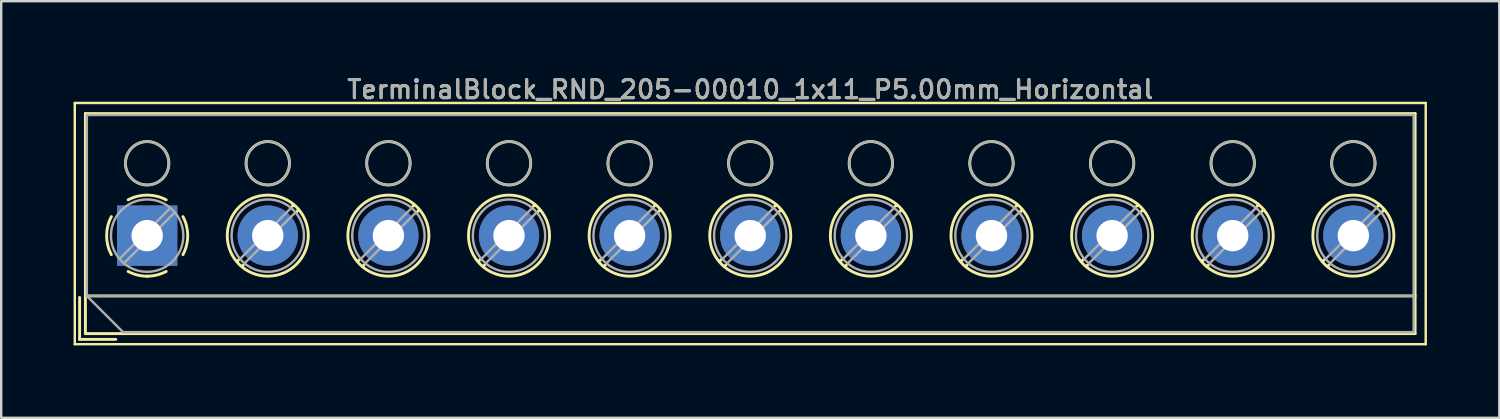
<source format=kicad_pcb>
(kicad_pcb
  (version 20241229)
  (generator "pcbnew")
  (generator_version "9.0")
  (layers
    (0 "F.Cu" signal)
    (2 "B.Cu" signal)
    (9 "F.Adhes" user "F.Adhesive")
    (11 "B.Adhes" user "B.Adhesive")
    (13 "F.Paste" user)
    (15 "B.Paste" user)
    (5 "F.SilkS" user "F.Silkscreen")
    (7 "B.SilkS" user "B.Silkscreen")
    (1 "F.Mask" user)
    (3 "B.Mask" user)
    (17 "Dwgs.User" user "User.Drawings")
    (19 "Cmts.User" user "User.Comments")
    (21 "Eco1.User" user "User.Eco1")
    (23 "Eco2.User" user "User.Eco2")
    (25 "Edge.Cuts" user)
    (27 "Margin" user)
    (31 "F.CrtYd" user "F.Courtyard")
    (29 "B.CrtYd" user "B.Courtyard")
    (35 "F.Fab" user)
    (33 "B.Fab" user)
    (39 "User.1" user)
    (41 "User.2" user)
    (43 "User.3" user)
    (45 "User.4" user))
  (footprint "TerminalBlock_RND_205-00010_1x11_P5.00mm_Horizontal"
    (layer "F.Cu")
    (at 3.05 6.718)
    (property "Reference" "TerminalBlock_RND_205-00010_1x11_P5.00mm_Horizontal" (at 25 -6.06 0) (layer "F.SilkS") (effects (font (size 0.75 0.75) (thickness 0.125))))
    (attr through_hole)
    (fp_line (start -3 -5.5) (end -3 4.5) (stroke (width 0.1) (type solid)) (layer "F.SilkS"))
    (fp_line (start -3 4.5) (end 53 4.5) (stroke (width 0.1) (type solid)) (layer "F.SilkS"))
    (fp_line (start -2.8 2.56) (end -2.8 4.3) (stroke (width 0.12) (type solid)) (layer "F.SilkS"))
    (fp_line (start -2.8 4.3) (end -1.3 4.3) (stroke (width 0.12) (type solid)) (layer "F.SilkS"))
    (fp_line (start -2.56 -5.06) (end -2.56 4.06) (stroke (width 0.12) (type solid)) (layer "F.SilkS"))
    (fp_line (start -2.56 -5.06) (end 52.56 -5.06) (stroke (width 0.12) (type solid)) (layer "F.SilkS"))
    (fp_line (start -2.56 2.5) (end 52.56 2.5) (stroke (width 0.12) (type solid)) (layer "F.SilkS"))
    (fp_line (start -2.56 4.06) (end 52.56 4.06) (stroke (width 0.12) (type solid)) (layer "F.SilkS"))
    (fp_line (start 3.82 0.976) (end 3.726 1.069) (stroke (width 0.12) (type solid)) (layer "F.SilkS"))
    (fp_line (start 3.99 1.216) (end 3.931 1.274) (stroke (width 0.12) (type solid)) (layer "F.SilkS"))
    (fp_line (start 6.07 -1.275) (end 6.011 -1.216) (stroke (width 0.12) (type solid)) (layer "F.SilkS"))
    (fp_line (start 6.275 -1.069) (end 6.181 -0.976) (stroke (width 0.12) (type solid)) (layer "F.SilkS"))
    (fp_line (start 8.82 0.976) (end 8.726 1.069) (stroke (width 0.12) (type solid)) (layer "F.SilkS"))
    (fp_line (start 8.99 1.216) (end 8.931 1.274) (stroke (width 0.12) (type solid)) (layer "F.SilkS"))
    (fp_line (start 11.07 -1.275) (end 11.011 -1.216) (stroke (width 0.12) (type solid)) (layer "F.SilkS"))
    (fp_line (start 11.275 -1.069) (end 11.181 -0.976) (stroke (width 0.12) (type solid)) (layer "F.SilkS"))
    (fp_line (start 13.82 0.976) (end 13.726 1.069) (stroke (width 0.12) (type solid)) (layer "F.SilkS"))
    (fp_line (start 13.99 1.216) (end 13.931 1.274) (stroke (width 0.12) (type solid)) (layer "F.SilkS"))
    (fp_line (start 16.07 -1.275) (end 16.011 -1.216) (stroke (width 0.12) (type solid)) (layer "F.SilkS"))
    (fp_line (start 16.275 -1.069) (end 16.181 -0.976) (stroke (width 0.12) (type solid)) (layer "F.SilkS"))
    (fp_line (start 18.82 0.976) (end 18.726 1.069) (stroke (width 0.12) (type solid)) (layer "F.SilkS"))
    (fp_line (start 18.99 1.216) (end 18.931 1.274) (stroke (width 0.12) (type solid)) (layer "F.SilkS"))
    (fp_line (start 21.07 -1.275) (end 21.011 -1.216) (stroke (width 0.12) (type solid)) (layer "F.SilkS"))
    (fp_line (start 21.275 -1.069) (end 21.181 -0.976) (stroke (width 0.12) (type solid)) (layer "F.SilkS"))
    (fp_line (start 23.82 0.976) (end 23.726 1.069) (stroke (width 0.12) (type solid)) (layer "F.SilkS"))
    (fp_line (start 23.99 1.216) (end 23.931 1.274) (stroke (width 0.12) (type solid)) (layer "F.SilkS"))
    (fp_line (start 26.07 -1.275) (end 26.011 -1.216) (stroke (width 0.12) (type solid)) (layer "F.SilkS"))
    (fp_line (start 26.275 -1.069) (end 26.181 -0.976) (stroke (width 0.12) (type solid)) (layer "F.SilkS"))
    (fp_line (start 28.82 0.976) (end 28.726 1.069) (stroke (width 0.12) (type solid)) (layer "F.SilkS"))
    (fp_line (start 28.99 1.216) (end 28.931 1.274) (stroke (width 0.12) (type solid)) (layer "F.SilkS"))
    (fp_line (start 31.07 -1.275) (end 31.011 -1.216) (stroke (width 0.12) (type solid)) (layer "F.SilkS"))
    (fp_line (start 31.275 -1.069) (end 31.181 -0.976) (stroke (width 0.12) (type solid)) (layer "F.SilkS"))
    (fp_line (start 33.82 0.976) (end 33.726 1.069) (stroke (width 0.12) (type solid)) (layer "F.SilkS"))
    (fp_line (start 33.99 1.216) (end 33.931 1.274) (stroke (width 0.12) (type solid)) (layer "F.SilkS"))
    (fp_line (start 36.07 -1.275) (end 36.011 -1.216) (stroke (width 0.12) (type solid)) (layer "F.SilkS"))
    (fp_line (start 36.275 -1.069) (end 36.181 -0.976) (stroke (width 0.12) (type solid)) (layer "F.SilkS"))
    (fp_line (start 38.82 0.976) (end 38.726 1.069) (stroke (width 0.12) (type solid)) (layer "F.SilkS"))
    (fp_line (start 38.99 1.216) (end 38.931 1.274) (stroke (width 0.12) (type solid)) (layer "F.SilkS"))
    (fp_line (start 41.07 -1.275) (end 41.011 -1.216) (stroke (width 0.12) (type solid)) (layer "F.SilkS"))
    (fp_line (start 41.275 -1.069) (end 41.181 -0.976) (stroke (width 0.12) (type solid)) (layer "F.SilkS"))
    (fp_line (start 43.82 0.976) (end 43.726 1.069) (stroke (width 0.12) (type solid)) (layer "F.SilkS"))
    (fp_line (start 43.99 1.216) (end 43.931 1.274) (stroke (width 0.12) (type solid)) (layer "F.SilkS"))
    (fp_line (start 46.07 -1.275) (end 46.011 -1.216) (stroke (width 0.12) (type solid)) (layer "F.SilkS"))
    (fp_line (start 46.275 -1.069) (end 46.181 -0.976) (stroke (width 0.12) (type solid)) (layer "F.SilkS"))
    (fp_line (start 48.82 0.976) (end 48.726 1.069) (stroke (width 0.12) (type solid)) (layer "F.SilkS"))
    (fp_line (start 48.99 1.216) (end 48.931 1.274) (stroke (width 0.12) (type solid)) (layer "F.SilkS"))
    (fp_line (start 51.07 -1.275) (end 51.011 -1.216) (stroke (width 0.12) (type solid)) (layer "F.SilkS"))
    (fp_line (start 51.275 -1.069) (end 51.181 -0.976) (stroke (width 0.12) (type solid)) (layer "F.SilkS"))
    (fp_line (start 52.56 -5.06) (end 52.56 4.06) (stroke (width 0.12) (type solid)) (layer "F.SilkS"))
    (fp_line (start 53 -5.5) (end -3 -5.5) (stroke (width 0.1) (type solid)) (layer "F.SilkS"))
    (fp_line (start 53 4.5) (end 53 -5.5) (stroke (width 0.1) (type solid)) (layer "F.SilkS"))
    (fp_arc (start -1.483953 0.789089) (mid -1.680708 0.00005) (end -1.484 -0.789) (stroke (width 0.12) (type solid)) (layer "F.SilkS"))
    (fp_arc (start -0.789089 -1.483953) (mid -0.00005 -1.680708) (end 0.789 -1.484) (stroke (width 0.12) (type solid)) (layer "F.SilkS"))
    (fp_arc (start 0.029383 1.68045) (mid -0.392304 1.634281) (end -0.789 1.484) (stroke (width 0.12) (type solid)) (layer "F.SilkS"))
    (fp_arc (start 0.788712 1.483352) (mid 0.406429 1.630097) (end 0 1.68) (stroke (width 0.12) (type solid)) (layer "F.SilkS"))
    (fp_arc (start 1.483953 -0.789089) (mid 1.680708 -0.00005) (end 1.484 0.789) (stroke (width 0.12) (type solid)) (layer "F.SilkS"))
    (fp_circle (center 0 -3) (end 0.9 -3) (stroke (width 0.12) (type solid)) (fill no) (layer "F.SilkS"))
    (fp_circle (center 5 -3) (end 5.9 -3) (stroke (width 0.12) (type solid)) (fill no) (layer "F.SilkS"))
    (fp_circle (center 5 0) (end 6.68 0) (stroke (width 0.12) (type solid)) (fill no) (layer "F.SilkS"))
    (fp_circle (center 10 -3) (end 10.9 -3) (stroke (width 0.12) (type solid)) (fill no) (layer "F.SilkS"))
    (fp_circle (center 10 0) (end 11.68 0) (stroke (width 0.12) (type solid)) (fill no) (layer "F.SilkS"))
    (fp_circle (center 15 -3) (end 15.9 -3) (stroke (width 0.12) (type solid)) (fill no) (layer "F.SilkS"))
    (fp_circle (center 15 0) (end 16.68 0) (stroke (width 0.12) (type solid)) (fill no) (layer "F.SilkS"))
    (fp_circle (center 20 -3) (end 20.9 -3) (stroke (width 0.12) (type solid)) (fill no) (layer "F.SilkS"))
    (fp_circle (center 20 0) (end 21.68 0) (stroke (width 0.12) (type solid)) (fill no) (layer "F.SilkS"))
    (fp_circle (center 25 -3) (end 25.9 -3) (stroke (width 0.12) (type solid)) (fill no) (layer "F.SilkS"))
    (fp_circle (center 25 0) (end 26.68 0) (stroke (width 0.12) (type solid)) (fill no) (layer "F.SilkS"))
    (fp_circle (center 30 -3) (end 30.9 -3) (stroke (width 0.12) (type solid)) (fill no) (layer "F.SilkS"))
    (fp_circle (center 30 0) (end 31.68 0) (stroke (width 0.12) (type solid)) (fill no) (layer "F.SilkS"))
    (fp_circle (center 35 -3) (end 35.9 -3) (stroke (width 0.12) (type solid)) (fill no) (layer "F.SilkS"))
    (fp_circle (center 35 0) (end 36.68 0) (stroke (width 0.12) (type solid)) (fill no) (layer "F.SilkS"))
    (fp_circle (center 40 -3) (end 40.9 -3) (stroke (width 0.12) (type solid)) (fill no) (layer "F.SilkS"))
    (fp_circle (center 40 0) (end 41.68 0) (stroke (width 0.12) (type solid)) (fill no) (layer "F.SilkS"))
    (fp_circle (center 45 -3) (end 45.9 -3) (stroke (width 0.12) (type solid)) (fill no) (layer "F.SilkS"))
    (fp_circle (center 45 0) (end 46.68 0) (stroke (width 0.12) (type solid)) (fill no) (layer "F.SilkS"))
    (fp_circle (center 50 -3) (end 50.9 -3) (stroke (width 0.12) (type solid)) (fill no) (layer "F.SilkS"))
    (fp_circle (center 50 0) (end 51.68 0) (stroke (width 0.12) (type solid)) (fill no) (layer "F.SilkS"))
    (fp_line (start -2.5 -5) (end 52.5 -5) (stroke (width 0.1) (type solid)) (layer "F.Fab"))
    (fp_line (start -2.5 2.5) (end -2.5 -5) (stroke (width 0.1) (type solid)) (layer "F.Fab"))
    (fp_line (start -2.5 2.5) (end 52.5 2.5) (stroke (width 0.1) (type solid)) (layer "F.Fab"))
    (fp_line (start -1 4) (end -2.5 2.5) (stroke (width 0.1) (type solid)) (layer "F.Fab"))
    (fp_line (start 0.955 -1.138) (end -1.138 0.955) (stroke (width 0.1) (type solid)) (layer "F.Fab"))
    (fp_line (start 1.138 -0.955) (end -0.955 1.138) (stroke (width 0.1) (type solid)) (layer "F.Fab"))
    (fp_line (start 5.955 -1.138) (end 3.863 0.955) (stroke (width 0.1) (type solid)) (layer "F.Fab"))
    (fp_line (start 6.138 -0.955) (end 4.046 1.138) (stroke (width 0.1) (type solid)) (layer "F.Fab"))
    (fp_line (start 10.955 -1.138) (end 8.863 0.955) (stroke (width 0.1) (type solid)) (layer "F.Fab"))
    (fp_line (start 11.138 -0.955) (end 9.046 1.138) (stroke (width 0.1) (type solid)) (layer "F.Fab"))
    (fp_line (start 15.955 -1.138) (end 13.863 0.955) (stroke (width 0.1) (type solid)) (layer "F.Fab"))
    (fp_line (start 16.138 -0.955) (end 14.046 1.138) (stroke (width 0.1) (type solid)) (layer "F.Fab"))
    (fp_line (start 20.955 -1.138) (end 18.863 0.955) (stroke (width 0.1) (type solid)) (layer "F.Fab"))
    (fp_line (start 21.138 -0.955) (end 19.046 1.138) (stroke (width 0.1) (type solid)) (layer "F.Fab"))
    (fp_line (start 25.955 -1.138) (end 23.863 0.955) (stroke (width 0.1) (type solid)) (layer "F.Fab"))
    (fp_line (start 26.138 -0.955) (end 24.046 1.138) (stroke (width 0.1) (type solid)) (layer "F.Fab"))
    (fp_line (start 30.955 -1.138) (end 28.863 0.955) (stroke (width 0.1) (type solid)) (layer "F.Fab"))
    (fp_line (start 31.138 -0.955) (end 29.046 1.138) (stroke (width 0.1) (type solid)) (layer "F.Fab"))
    (fp_line (start 35.955 -1.138) (end 33.863 0.955) (stroke (width 0.1) (type solid)) (layer "F.Fab"))
    (fp_line (start 36.138 -0.955) (end 34.046 1.138) (stroke (width 0.1) (type solid)) (layer "F.Fab"))
    (fp_line (start 40.955 -1.138) (end 38.863 0.955) (stroke (width 0.1) (type solid)) (layer "F.Fab"))
    (fp_line (start 41.138 -0.955) (end 39.046 1.138) (stroke (width 0.1) (type solid)) (layer "F.Fab"))
    (fp_line (start 45.955 -1.138) (end 43.863 0.955) (stroke (width 0.1) (type solid)) (layer "F.Fab"))
    (fp_line (start 46.138 -0.955) (end 44.046 1.138) (stroke (width 0.1) (type solid)) (layer "F.Fab"))
    (fp_line (start 50.955 -1.138) (end 48.863 0.955) (stroke (width 0.1) (type solid)) (layer "F.Fab"))
    (fp_line (start 51.138 -0.955) (end 49.046 1.138) (stroke (width 0.1) (type solid)) (layer "F.Fab"))
    (fp_line (start 52.5 -5) (end 52.5 4) (stroke (width 0.1) (type solid)) (layer "F.Fab"))
    (fp_line (start 52.5 4) (end -1 4) (stroke (width 0.1) (type solid)) (layer "F.Fab"))
    (fp_circle (center 0 -3) (end 0.9 -3) (stroke (width 0.1) (type solid)) (fill no) (layer "F.Fab"))
    (fp_circle (center 0 0) (end 1.5 0) (stroke (width 0.1) (type solid)) (fill no) (layer "F.Fab"))
    (fp_circle (center 5 -3) (end 5.9 -3) (stroke (width 0.1) (type solid)) (fill no) (layer "F.Fab"))
    (fp_circle (center 5 0) (end 6.5 0) (stroke (width 0.1) (type solid)) (fill no) (layer "F.Fab"))
    (fp_circle (center 10 -3) (end 10.9 -3) (stroke (width 0.1) (type solid)) (fill no) (layer "F.Fab"))
    (fp_circle (center 10 0) (end 11.5 0) (stroke (width 0.1) (type solid)) (fill no) (layer "F.Fab"))
    (fp_circle (center 15 -3) (end 15.9 -3) (stroke (width 0.1) (type solid)) (fill no) (layer "F.Fab"))
    (fp_circle (center 15 0) (end 16.5 0) (stroke (width 0.1) (type solid)) (fill no) (layer "F.Fab"))
    (fp_circle (center 20 -3) (end 20.9 -3) (stroke (width 0.1) (type solid)) (fill no) (layer "F.Fab"))
    (fp_circle (center 20 0) (end 21.5 0) (stroke (width 0.1) (type solid)) (fill no) (layer "F.Fab"))
    (fp_circle (center 25 -3) (end 25.9 -3) (stroke (width 0.1) (type solid)) (fill no) (layer "F.Fab"))
    (fp_circle (center 25 0) (end 26.5 0) (stroke (width 0.1) (type solid)) (fill no) (layer "F.Fab"))
    (fp_circle (center 30 -3) (end 30.9 -3) (stroke (width 0.1) (type solid)) (fill no) (layer "F.Fab"))
    (fp_circle (center 30 0) (end 31.5 0) (stroke (width 0.1) (type solid)) (fill no) (layer "F.Fab"))
    (fp_circle (center 35 -3) (end 35.9 -3) (stroke (width 0.1) (type solid)) (fill no) (layer "F.Fab"))
    (fp_circle (center 35 0) (end 36.5 0) (stroke (width 0.1) (type solid)) (fill no) (layer "F.Fab"))
    (fp_circle (center 40 -3) (end 40.9 -3) (stroke (width 0.1) (type solid)) (fill no) (layer "F.Fab"))
    (fp_circle (center 40 0) (end 41.5 0) (stroke (width 0.1) (type solid)) (fill no) (layer "F.Fab"))
    (fp_circle (center 45 -3) (end 45.9 -3) (stroke (width 0.1) (type solid)) (fill no) (layer "F.Fab"))
    (fp_circle (center 45 0) (end 46.5 0) (stroke (width 0.1) (type solid)) (fill no) (layer "F.Fab"))
    (fp_circle (center 50 -3) (end 50.9 -3) (stroke (width 0.1) (type solid)) (fill no) (layer "F.Fab"))
    (fp_circle (center 50 0) (end 51.5 0) (stroke (width 0.1) (type solid)) (fill no) (layer "F.Fab"))
    (fp_text user "${REFERENCE}" (at 25 -6.06 0) (layer "F.Fab") (effects (font (size 0.75 0.75) (thickness 0.125))))
    (pad "1" thru_hole rect (at 0 0) (size 2.5 2.5) (drill 1.3) (layers "*.Cu" "*.Mask"))
    (pad "2" thru_hole circle (at 5 0) (size 2.5 2.5) (drill 1.3) (layers "*.Cu" "*.Mask"))
    (pad "3" thru_hole circle (at 10 0) (size 2.5 2.5) (drill 1.3) (layers "*.Cu" "*.Mask"))
    (pad "4" thru_hole circle (at 15 0) (size 2.5 2.5) (drill 1.3) (layers "*.Cu" "*.Mask"))
    (pad "5" thru_hole circle (at 20 0) (size 2.5 2.5) (drill 1.3) (layers "*.Cu" "*.Mask"))
    (pad "6" thru_hole circle (at 25 0) (size 2.5 2.5) (drill 1.3) (layers "*.Cu" "*.Mask"))
    (pad "7" thru_hole circle (at 30 0) (size 2.5 2.5) (drill 1.3) (layers "*.Cu" "*.Mask"))
    (pad "8" thru_hole circle (at 35 0) (size 2.5 2.5) (drill 1.3) (layers "*.Cu" "*.Mask"))
    (pad "9" thru_hole circle (at 40 0) (size 2.5 2.5) (drill 1.3) (layers "*.Cu" "*.Mask"))
    (pad "10" thru_hole circle (at 45 0) (size 2.5 2.5) (drill 1.3) (layers "*.Cu" "*.Mask"))
    (pad "11" thru_hole circle (at 50 0) (size 2.5 2.5) (drill 1.3) (layers "*.Cu" "*.Mask")))
  (gr_rect
    (start -3 -3)
    (end 59.1 14.268)
    (stroke (width 0.1) (type default))
    (fill no)
    (layer "Edge.Cuts")))
</source>
